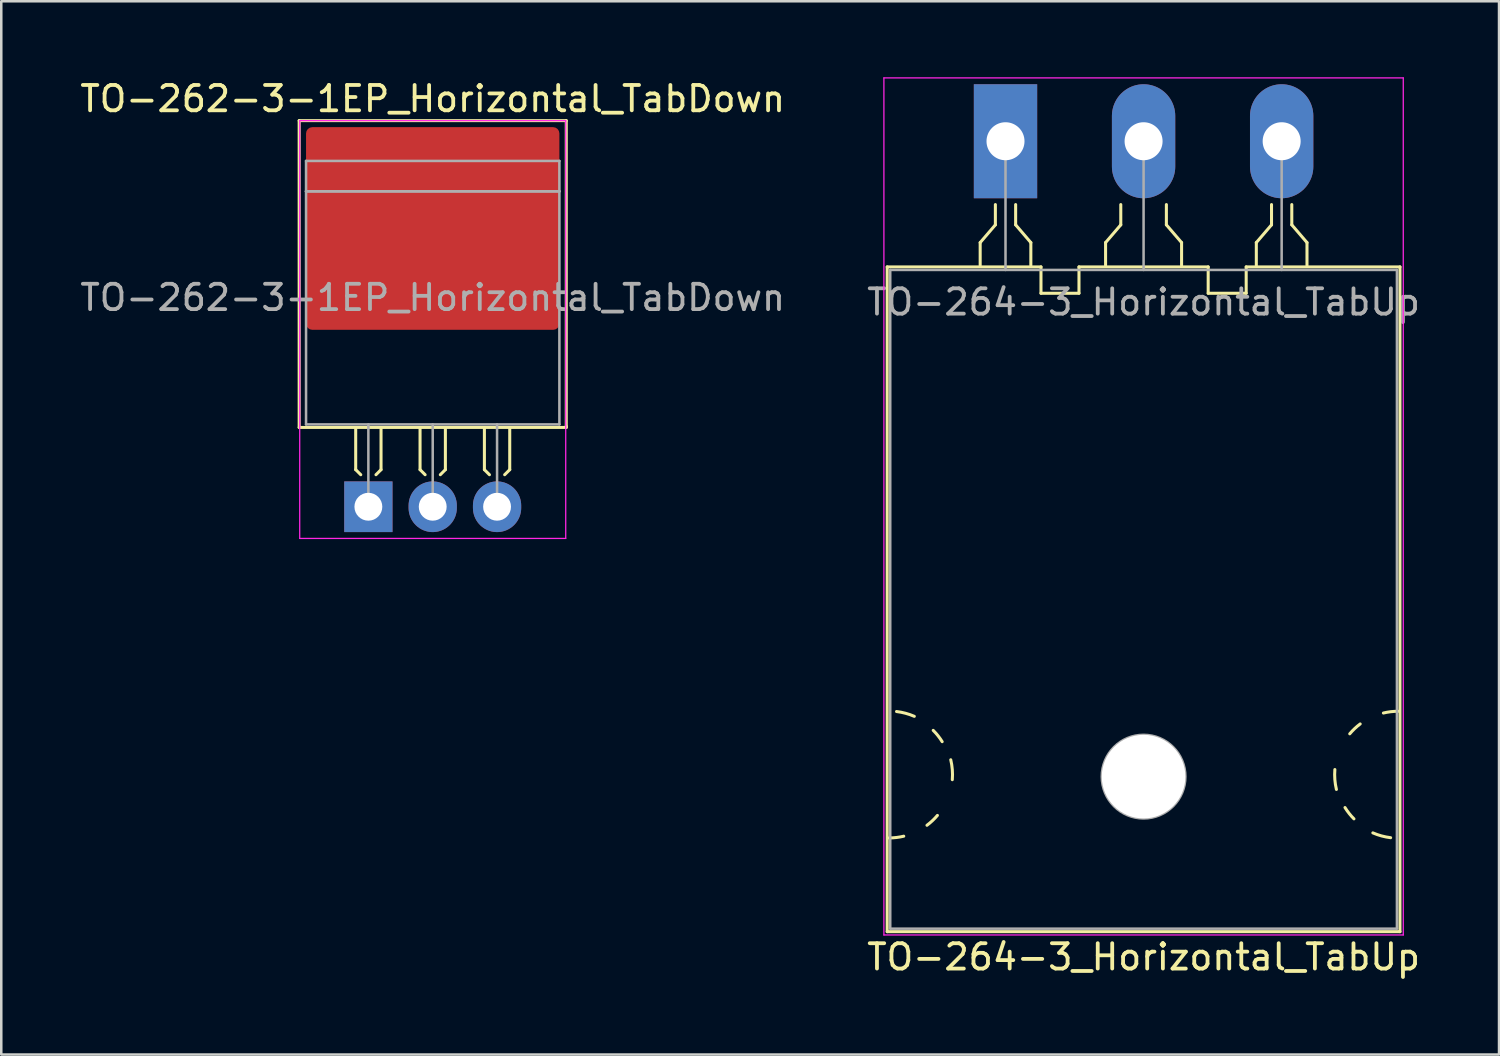
<source format=kicad_pcb>
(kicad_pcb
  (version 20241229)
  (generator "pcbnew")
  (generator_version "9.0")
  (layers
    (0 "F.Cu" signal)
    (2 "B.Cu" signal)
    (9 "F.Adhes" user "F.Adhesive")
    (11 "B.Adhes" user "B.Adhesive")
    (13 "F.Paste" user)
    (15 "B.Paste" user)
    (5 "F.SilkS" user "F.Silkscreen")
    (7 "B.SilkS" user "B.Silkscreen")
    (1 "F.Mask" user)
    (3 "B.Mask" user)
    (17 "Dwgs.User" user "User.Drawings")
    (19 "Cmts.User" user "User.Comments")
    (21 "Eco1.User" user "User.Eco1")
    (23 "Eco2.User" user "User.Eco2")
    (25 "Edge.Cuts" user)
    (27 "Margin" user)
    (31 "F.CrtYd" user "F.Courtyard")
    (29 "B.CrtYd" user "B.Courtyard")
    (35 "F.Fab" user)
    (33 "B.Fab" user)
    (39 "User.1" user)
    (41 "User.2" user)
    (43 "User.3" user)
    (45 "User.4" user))
  (footprint "TO-262-3-1EP_Horizontal_TabDown"
    (layer "F.Cu")
    (at 11.49 16.952)
    (property "Reference" "TO-262-3-1EP_Horizontal_TabDown" (at 2.54 -16.103 0) (layer "F.SilkS") (effects (font (size 1 1) (thickness 0.15))))
    (attr through_hole)
    (fp_line (start -2.731 -15.24) (end 7.811 -15.24) (stroke (width 0.12) (type solid)) (layer "F.SilkS"))
    (fp_line (start -2.731 -3.13) (end -2.731 -15.24) (stroke (width 0.12) (type solid)) (layer "F.SilkS"))
    (fp_line (start -2.731 -3.13) (end 7.811 -3.13) (stroke (width 0.12) (type solid)) (layer "F.SilkS"))
    (fp_line (start -0.5 -3.111) (end -0.5 -1.464) (stroke (width 0.12) (type solid)) (layer "F.SilkS"))
    (fp_line (start -0.5 -1.464) (end -0.3 -1.264) (stroke (width 0.12) (type solid)) (layer "F.SilkS"))
    (fp_line (start 0.5 -3.111) (end 0.5 -1.464) (stroke (width 0.12) (type solid)) (layer "F.SilkS"))
    (fp_line (start 0.5 -1.464) (end 0.3 -1.264) (stroke (width 0.12) (type solid)) (layer "F.SilkS"))
    (fp_line (start 2.04 -3.111) (end 2.04 -1.464) (stroke (width 0.12) (type solid)) (layer "F.SilkS"))
    (fp_line (start 2.04 -1.464) (end 2.24 -1.264) (stroke (width 0.12) (type solid)) (layer "F.SilkS"))
    (fp_line (start 3.04 -3.111) (end 3.04 -1.464) (stroke (width 0.12) (type solid)) (layer "F.SilkS"))
    (fp_line (start 3.04 -1.464) (end 2.84 -1.264) (stroke (width 0.12) (type solid)) (layer "F.SilkS"))
    (fp_line (start 4.58 -3.111) (end 4.58 -1.464) (stroke (width 0.12) (type solid)) (layer "F.SilkS"))
    (fp_line (start 4.58 -1.464) (end 4.78 -1.264) (stroke (width 0.12) (type solid)) (layer "F.SilkS"))
    (fp_line (start 5.58 -3.111) (end 5.58 -1.464) (stroke (width 0.12) (type solid)) (layer "F.SilkS"))
    (fp_line (start 5.58 -1.464) (end 5.38 -1.264) (stroke (width 0.12) (type solid)) (layer "F.SilkS"))
    (fp_line (start 7.811 -15.24) (end 7.811 -3.175) (stroke (width 0.12) (type solid)) (layer "F.SilkS"))
    (fp_line (start 7.811 -3.175) (end 7.811 -3.13) (stroke (width 0.12) (type solid)) (layer "F.SilkS"))
    (fp_line (start -2.71 -15.24) (end -2.71 1.25) (stroke (width 0.05) (type solid)) (layer "F.CrtYd"))
    (fp_line (start -2.71 1.25) (end 7.79 1.25) (stroke (width 0.05) (type solid)) (layer "F.CrtYd"))
    (fp_line (start 7.79 -15.24) (end -2.71 -15.24) (stroke (width 0.05) (type solid)) (layer "F.CrtYd"))
    (fp_line (start 7.79 1.25) (end 7.79 -15.24) (stroke (width 0.05) (type solid)) (layer "F.CrtYd"))
    (fp_line (start -2.46 -13.65) (end 7.54 -13.65) (stroke (width 0.1) (type solid)) (layer "F.Fab"))
    (fp_line (start -2.46 -12.45) (end -2.46 -13.65) (stroke (width 0.1) (type solid)) (layer "F.Fab"))
    (fp_line (start -2.46 -12.45) (end 7.54 -12.45) (stroke (width 0.1) (type solid)) (layer "F.Fab"))
    (fp_line (start -2.46 -3.25) (end -2.46 -12.45) (stroke (width 0.1) (type solid)) (layer "F.Fab"))
    (fp_line (start 0 -3.25) (end 0 0) (stroke (width 0.1) (type solid)) (layer "F.Fab"))
    (fp_line (start 2.54 -3.25) (end 2.54 0) (stroke (width 0.1) (type solid)) (layer "F.Fab"))
    (fp_line (start 5.08 -3.25) (end 5.08 0) (stroke (width 0.1) (type solid)) (layer "F.Fab"))
    (fp_line (start 7.54 -13.65) (end 7.54 -12.45) (stroke (width 0.1) (type solid)) (layer "F.Fab"))
    (fp_line (start 7.54 -12.45) (end -2.46 -12.45) (stroke (width 0.1) (type solid)) (layer "F.Fab"))
    (fp_line (start 7.54 -12.45) (end 7.54 -3.25) (stroke (width 0.1) (type solid)) (layer "F.Fab"))
    (fp_line (start 7.54 -3.25) (end -2.46 -3.25) (stroke (width 0.1) (type solid)) (layer "F.Fab"))
    (fp_text user "${REFERENCE}" (at 2.54 -8.255 0) (layer "F.Fab") (effects (font (size 1 1) (thickness 0.15))))
    (pad "" smd roundrect (at -1.45 -14) (size 1.7 1.7) (layers "F.Paste") (roundrect_rratio 0.125))
    (pad "" smd roundrect (at -1.45 -12) (size 1.7 1.7) (layers "F.Paste") (roundrect_rratio 0.125))
    (pad "" smd roundrect (at -1.45 -10) (size 1.7 1.7) (layers "F.Paste") (roundrect_rratio 0.125))
    (pad "" smd roundrect (at -1.45 -8) (size 1.7 1.7) (layers "F.Paste") (roundrect_rratio 0.125))
    (pad "" smd roundrect (at 0.55 -14) (size 1.7 1.7) (layers "F.Paste") (roundrect_rratio 0.125))
    (pad "" smd roundrect (at 0.55 -12) (size 1.7 1.7) (layers "F.Paste") (roundrect_rratio 0.125))
    (pad "" smd roundrect (at 0.55 -10) (size 1.7 1.7) (layers "F.Paste") (roundrect_rratio 0.125))
    (pad "" smd roundrect (at 0.55 -8) (size 1.7 1.7) (layers "F.Paste") (roundrect_rratio 0.125))
    (pad "" smd roundrect (at 2.55 -14) (size 1.7 1.7) (layers "F.Paste") (roundrect_rratio 0.125))
    (pad "" smd roundrect (at 2.55 -12) (size 1.7 1.7) (layers "F.Paste") (roundrect_rratio 0.125))
    (pad "" smd roundrect (at 2.55 -10) (size 1.7 1.7) (layers "F.Paste") (roundrect_rratio 0.125))
    (pad "" smd roundrect (at 2.55 -8) (size 1.7 1.7) (layers "F.Paste") (roundrect_rratio 0.125))
    (pad "" smd roundrect (at 4.55 -14) (size 1.7 1.7) (layers "F.Paste") (roundrect_rratio 0.125))
    (pad "" smd roundrect (at 4.55 -12) (size 1.7 1.7) (layers "F.Paste") (roundrect_rratio 0.125))
    (pad "" smd roundrect (at 4.55 -10) (size 1.7 1.7) (layers "F.Paste") (roundrect_rratio 0.125))
    (pad "" smd roundrect (at 4.55 -8) (size 1.7 1.7) (layers "F.Paste") (roundrect_rratio 0.125))
    (pad "" smd roundrect (at 6.55 -14) (size 1.7 1.7) (layers "F.Paste") (roundrect_rratio 0.125))
    (pad "" smd roundrect (at 6.55 -12) (size 1.7 1.7) (layers "F.Paste") (roundrect_rratio 0.125))
    (pad "" smd roundrect (at 6.55 -10) (size 1.7 1.7) (layers "F.Paste") (roundrect_rratio 0.125))
    (pad "" smd roundrect (at 6.55 -8) (size 1.7 1.7) (layers "F.Paste") (roundrect_rratio 0.125))
    (pad "1" thru_hole rect (at 0 0) (size 1.905 2) (drill 1.1) (layers "*.Cu" "*.Mask"))
    (pad "2" thru_hole oval (at 2.54 0) (size 1.905 2) (drill 1.1) (layers "*.Cu" "*.Mask"))
    (pad "3" thru_hole oval (at 5.08 0) (size 1.905 2) (drill 1.1) (layers "*.Cu" "*.Mask"))
    (pad "4" smd roundrect (at 2.54 -10.983) (size 10 8) (layers "F.Cu" "F.Mask") (roundrect_rratio 0.031)))
  (footprint "TO-264-3_Horizontal_TabUp"
    (layer "F.Cu")
    (at 36.639 2.525)
    (property "Reference" "TO-264-3_Horizontal_TabUp" (at 5.45 32.2 0) (layer "F.SilkS") (effects (font (size 1 1) (thickness 0.15))))
    (attr through_hole)
    (fp_line (start -4.67 31.2) (end -4.67 4.96) (stroke (width 0.12) (type solid)) (layer "F.SilkS"))
    (fp_line (start -1 4) (end -1 4.9) (stroke (width 0.12) (type solid)) (layer "F.SilkS"))
    (fp_line (start -0.4 2.5) (end -0.4 3.3) (stroke (width 0.12) (type solid)) (layer "F.SilkS"))
    (fp_line (start -0.4 3.3) (end -1 4) (stroke (width 0.12) (type solid)) (layer "F.SilkS"))
    (fp_line (start 0.4 3.3) (end 0.4 2.5) (stroke (width 0.12) (type solid)) (layer "F.SilkS"))
    (fp_line (start 1 4) (end 0.4 3.3) (stroke (width 0.12) (type solid)) (layer "F.SilkS"))
    (fp_line (start 1 4.9) (end 1 4) (stroke (width 0.12) (type solid)) (layer "F.SilkS"))
    (fp_line (start 1.4 4.96) (end -4.67 4.96) (stroke (width 0.12) (type solid)) (layer "F.SilkS"))
    (fp_line (start 1.4 4.96) (end 1.4 6) (stroke (width 0.12) (type solid)) (layer "F.SilkS"))
    (fp_line (start 1.4 6) (end 2.9 6) (stroke (width 0.12) (type solid)) (layer "F.SilkS"))
    (fp_line (start 2.9 6) (end 2.9 4.96) (stroke (width 0.12) (type solid)) (layer "F.SilkS"))
    (fp_line (start 3.95 4) (end 3.95 4.9) (stroke (width 0.12) (type solid)) (layer "F.SilkS"))
    (fp_line (start 4.55 2.5) (end 4.55 3.3) (stroke (width 0.12) (type solid)) (layer "F.SilkS"))
    (fp_line (start 4.55 3.3) (end 3.95 4) (stroke (width 0.12) (type solid)) (layer "F.SilkS"))
    (fp_line (start 6.35 3.3) (end 6.35 2.5) (stroke (width 0.12) (type solid)) (layer "F.SilkS"))
    (fp_line (start 6.95 4) (end 6.35 3.3) (stroke (width 0.12) (type solid)) (layer "F.SilkS"))
    (fp_line (start 6.95 4.9) (end 6.95 4) (stroke (width 0.12) (type solid)) (layer "F.SilkS"))
    (fp_line (start 8 4.96) (end 2.9 4.96) (stroke (width 0.12) (type solid)) (layer "F.SilkS"))
    (fp_line (start 8 6) (end 8 4.96) (stroke (width 0.12) (type solid)) (layer "F.SilkS"))
    (fp_line (start 9.5 4.96) (end 9.5 6) (stroke (width 0.12) (type solid)) (layer "F.SilkS"))
    (fp_line (start 9.5 6) (end 8 6) (stroke (width 0.12) (type solid)) (layer "F.SilkS"))
    (fp_line (start 9.9 4) (end 9.9 4.9) (stroke (width 0.12) (type solid)) (layer "F.SilkS"))
    (fp_line (start 10.5 2.5) (end 10.5 3.3) (stroke (width 0.12) (type solid)) (layer "F.SilkS"))
    (fp_line (start 10.5 3.3) (end 9.9 4) (stroke (width 0.12) (type solid)) (layer "F.SilkS"))
    (fp_line (start 11.3 3.3) (end 11.3 2.5) (stroke (width 0.12) (type solid)) (layer "F.SilkS"))
    (fp_line (start 11.9 4) (end 11.3 3.3) (stroke (width 0.12) (type solid)) (layer "F.SilkS"))
    (fp_line (start 11.9 4.9) (end 11.9 4) (stroke (width 0.12) (type solid)) (layer "F.SilkS"))
    (fp_line (start 15.57 4.96) (end 9.5 4.96) (stroke (width 0.12) (type solid)) (layer "F.SilkS"))
    (fp_line (start 15.57 31.2) (end -4.67 31.2) (stroke (width 0.12) (type solid)) (layer "F.SilkS"))
    (fp_line (start 15.57 31.2) (end 15.57 4.96) (stroke (width 0.12) (type solid)) (layer "F.SilkS"))
    (fp_arc (start -4.301186 22.509879) (mid -3.943673 22.579416) (end -3.600001 22.700001) (stroke (width 0.12) (type solid)) (layer "F.SilkS"))
    (fp_arc (start -4.016568 27.430968) (mid -4.306249 27.482682) (end -4.6 27.5) (stroke (width 0.12) (type solid)) (layer "F.SilkS"))
    (fp_arc (start -2.853576 23.253576) (mid -2.663879 23.466564) (end -2.500001 23.700001) (stroke (width 0.12) (type solid)) (layer "F.SilkS"))
    (fp_arc (start -2.687722 26.610338) (mid -2.882773 26.8169) (end -3.1 26.999999) (stroke (width 0.12) (type solid)) (layer "F.SilkS"))
    (fp_arc (start -2.161266 24.414703) (mid -2.099611 24.804931) (end -2.100001 25.199999) (stroke (width 0.12) (type solid)) (layer "F.SilkS"))
    (fp_arc (start 13.061266 25.585297) (mid 12.999611 25.195069) (end 13.000001 24.800001) (stroke (width 0.12) (type solid)) (layer "F.SilkS"))
    (fp_arc (start 13.587722 23.389662) (mid 13.782773 23.1831) (end 14 23.000001) (stroke (width 0.12) (type solid)) (layer "F.SilkS"))
    (fp_arc (start 13.753576 26.746424) (mid 13.563879 26.533436) (end 13.400001 26.299999) (stroke (width 0.12) (type solid)) (layer "F.SilkS"))
    (fp_arc (start 14.916568 22.569032) (mid 15.206249 22.517318) (end 15.5 22.5) (stroke (width 0.12) (type solid)) (layer "F.SilkS"))
    (fp_arc (start 15.201186 27.490121) (mid 14.843673 27.420584) (end 14.500001 27.299999) (stroke (width 0.12) (type solid)) (layer "F.SilkS"))
    (fp_line (start -4.8 -2.5) (end -4.8 31.33) (stroke (width 0.05) (type solid)) (layer "F.CrtYd"))
    (fp_line (start -4.8 31.33) (end 15.7 31.33) (stroke (width 0.05) (type solid)) (layer "F.CrtYd"))
    (fp_line (start 15.7 -2.5) (end -4.8 -2.5) (stroke (width 0.05) (type solid)) (layer "F.CrtYd"))
    (fp_line (start 15.7 31.33) (end 15.7 -2.5) (stroke (width 0.05) (type solid)) (layer "F.CrtYd"))
    (fp_line (start -4.55 5.08) (end -4.55 31.08) (stroke (width 0.1) (type solid)) (layer "F.Fab"))
    (fp_line (start -4.55 31.08) (end 15.45 31.08) (stroke (width 0.1) (type solid)) (layer "F.Fab"))
    (fp_line (start 0 5.08) (end 0 0) (stroke (width 0.1) (type solid)) (layer "F.Fab"))
    (fp_line (start 5.45 5.08) (end 5.45 0) (stroke (width 0.1) (type solid)) (layer "F.Fab"))
    (fp_line (start 10.9 5.08) (end 10.9 0) (stroke (width 0.1) (type solid)) (layer "F.Fab"))
    (fp_line (start 15.45 5.08) (end -4.55 5.08) (stroke (width 0.1) (type solid)) (layer "F.Fab"))
    (fp_line (start 15.45 31.08) (end 15.45 5.08) (stroke (width 0.1) (type solid)) (layer "F.Fab"))
    (fp_circle (center 5.45 25.08) (end 7.1 25.08) (stroke (width 0.1) (type solid)) (fill no) (layer "F.Fab"))
    (fp_text user "${REFERENCE}" (at 5.45 6.35 0) (layer "F.Fab") (effects (font (size 1 1) (thickness 0.15))))
    (pad "" np_thru_hole oval (at 5.45 25.08) (size 3.3 3.3) (drill 3.3) (layers "*.Cu" "*.Mask"))
    (pad "1" thru_hole rect (at 0 0) (size 2.5 4.5) (drill 1.5) (layers "*.Cu" "*.Mask"))
    (pad "2" thru_hole oval (at 5.45 0) (size 2.5 4.5) (drill 1.5) (layers "*.Cu" "*.Mask"))
    (pad "3" thru_hole oval (at 10.9 0) (size 2.5 4.5) (drill 1.5) (layers "*.Cu" "*.Mask")))
  (gr_rect
    (start -3 -3)
    (end 56.119 38.573)
    (stroke (width 0.1) (type default))
    (fill no)
    (layer "Edge.Cuts")))
</source>
